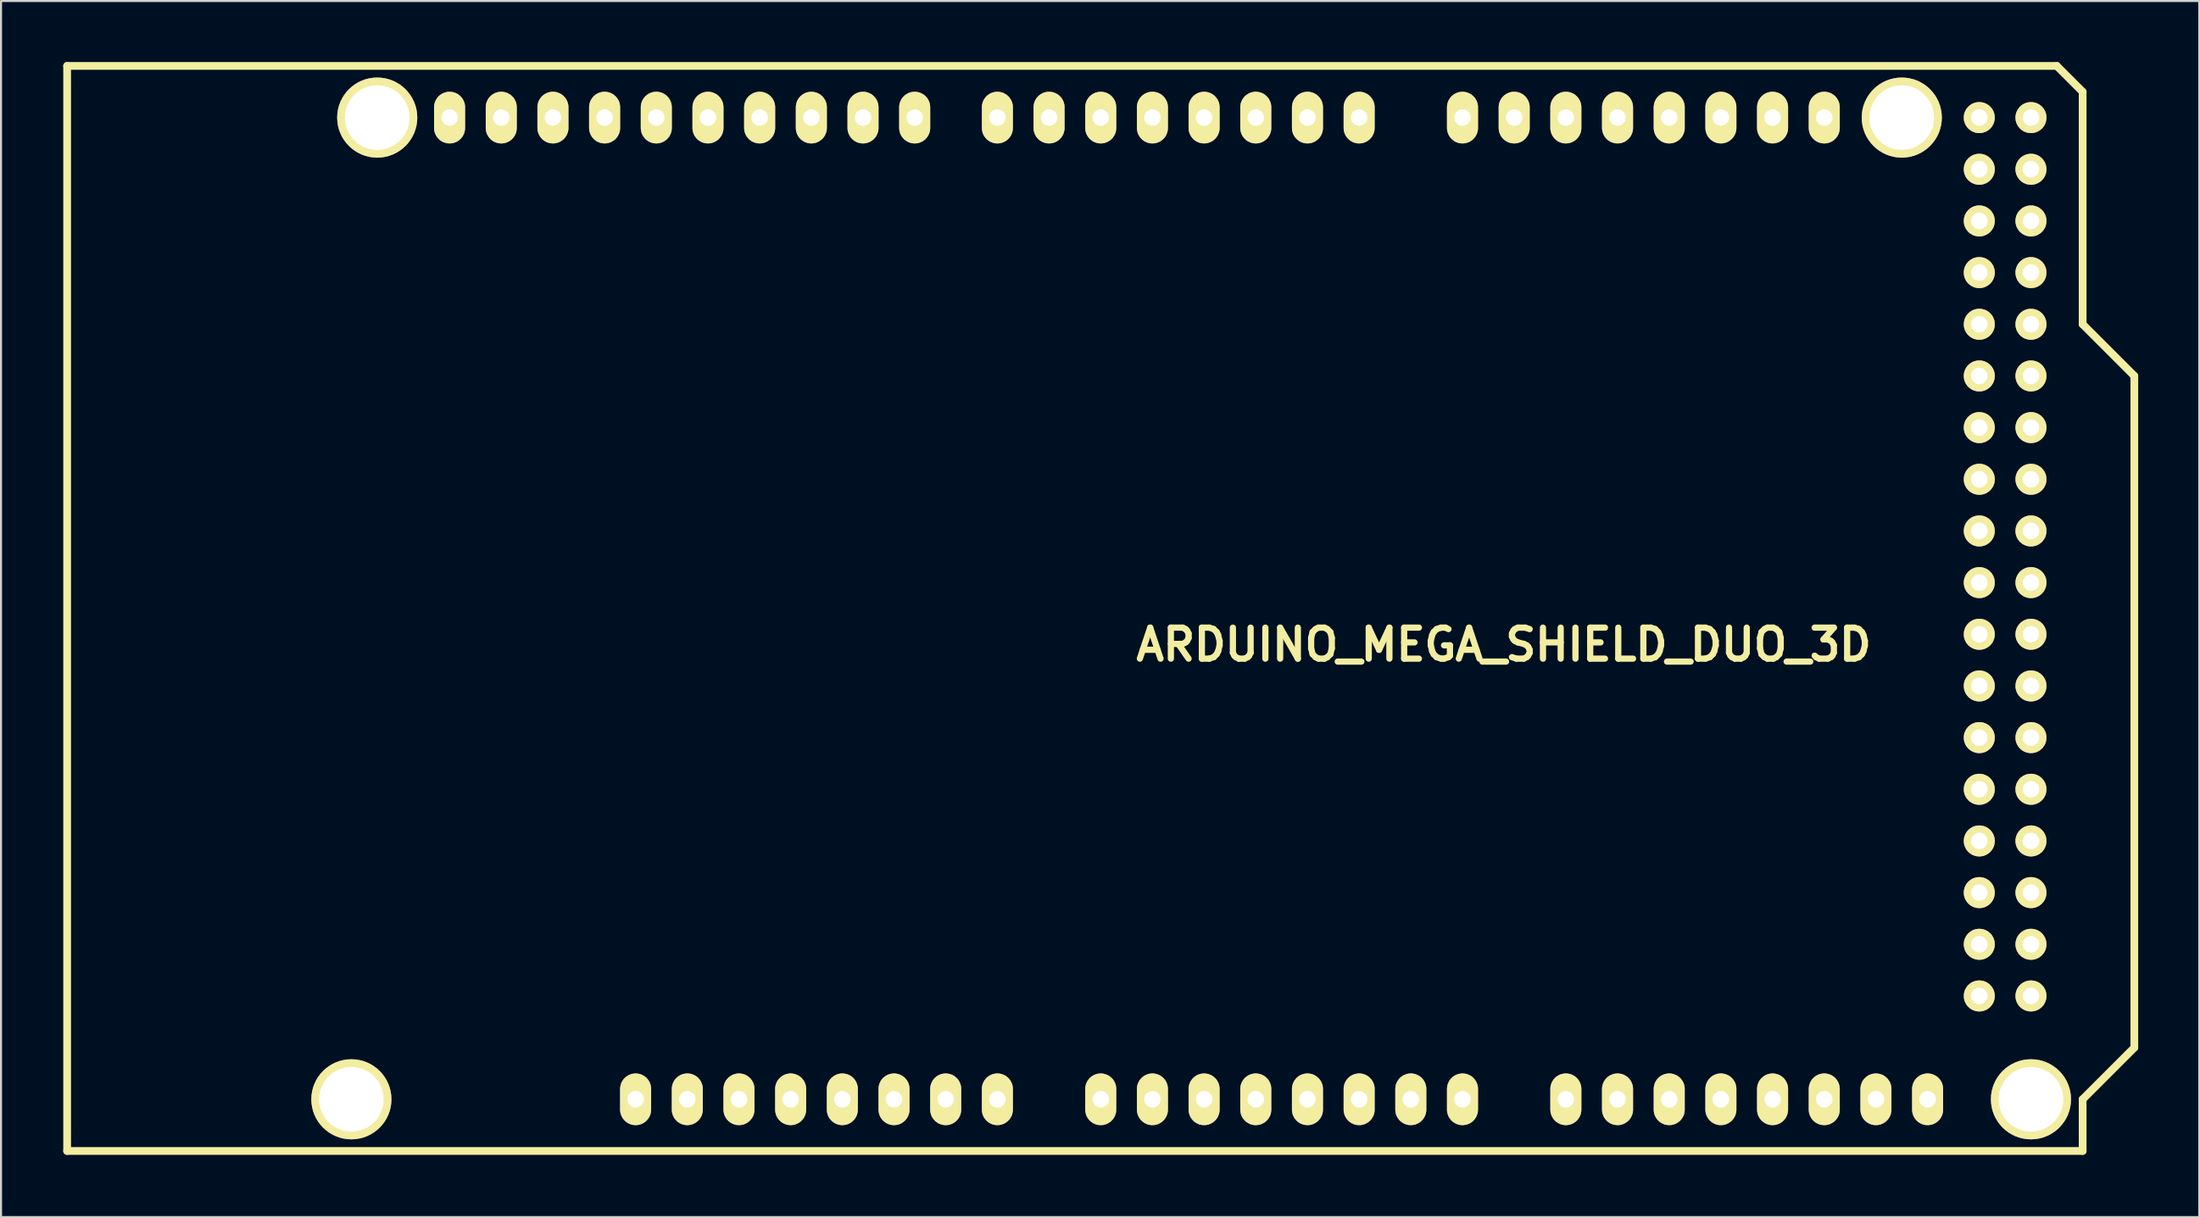
<source format=kicad_pcb>
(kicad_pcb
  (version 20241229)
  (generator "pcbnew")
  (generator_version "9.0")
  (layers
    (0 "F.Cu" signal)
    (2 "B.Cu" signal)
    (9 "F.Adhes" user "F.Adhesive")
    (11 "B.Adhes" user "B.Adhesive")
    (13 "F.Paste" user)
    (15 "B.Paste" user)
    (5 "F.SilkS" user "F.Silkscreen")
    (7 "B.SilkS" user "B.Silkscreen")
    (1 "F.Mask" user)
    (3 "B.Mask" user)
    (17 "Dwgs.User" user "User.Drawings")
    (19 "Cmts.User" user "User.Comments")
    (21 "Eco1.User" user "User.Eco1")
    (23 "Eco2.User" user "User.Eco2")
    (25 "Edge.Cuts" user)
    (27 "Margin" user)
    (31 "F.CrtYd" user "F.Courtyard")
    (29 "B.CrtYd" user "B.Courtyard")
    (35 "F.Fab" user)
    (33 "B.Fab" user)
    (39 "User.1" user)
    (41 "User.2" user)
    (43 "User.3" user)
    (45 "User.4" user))
  (footprint "ARDUINO_MEGA_SHIELD_DUO_3D"
    (layer "F.Cu")
    (at 0.25 53.531)
    (property "Reference" "ARDUINO_MEGA_SHIELD_DUO_3D" (at 70.612 -24.892 0) (layer "F.SilkS") (effects (font (size 1.524 1.524) (thickness 0.305))))
    (attr through_hole)
    (fp_line (start 0 0) (end 0 -53.34) (stroke (width 0.381) (type solid)) (layer "F.SilkS"))
    (fp_line (start 97.79 -53.34) (end 0 -53.34) (stroke (width 0.381) (type solid)) (layer "F.SilkS"))
    (fp_line (start 99.06 -52.07) (end 97.79 -53.34) (stroke (width 0.381) (type solid)) (layer "F.SilkS"))
    (fp_line (start 99.06 -40.64) (end 99.06 -52.07) (stroke (width 0.381) (type solid)) (layer "F.SilkS"))
    (fp_line (start 99.06 -40.64) (end 101.6 -38.1) (stroke (width 0.381) (type solid)) (layer "F.SilkS"))
    (fp_line (start 99.06 -2.54) (end 99.06 0) (stroke (width 0.381) (type solid)) (layer "F.SilkS"))
    (fp_line (start 99.06 0) (end 0 0) (stroke (width 0.381) (type solid)) (layer "F.SilkS"))
    (fp_line (start 101.6 -38.1) (end 101.6 -5.08) (stroke (width 0.381) (type solid)) (layer "F.SilkS"))
    (fp_line (start 101.6 -5.08) (end 99.06 -2.54) (stroke (width 0.381) (type solid)) (layer "F.SilkS"))
    (pad "" thru_hole circle (at 13.97 -2.54 90) (size 3.937 3.937) (drill 3.175) (layers "*.Cu" "*.Mask" "F.SilkS"))
    (pad "" thru_hole circle (at 15.24 -50.8 90) (size 3.937 3.937) (drill 3.175) (layers "*.Cu" "*.Mask" "F.SilkS"))
    (pad "" thru_hole circle (at 90.17 -50.8 90) (size 3.937 3.937) (drill 3.175) (layers "*.Cu" "*.Mask" "F.SilkS"))
    (pad "" thru_hole circle (at 96.52 -2.54 90) (size 3.937 3.937) (drill 3.175) (layers "*.Cu" "*.Mask" "F.SilkS"))
    (pad "0" thru_hole oval (at 63.5 -50.8 90) (size 2.54 1.524) (drill 0.813) (layers "*.Cu" "*.Mask" "F.SilkS"))
    (pad "1" thru_hole oval (at 60.96 -50.8 90) (size 2.54 1.524) (drill 0.813) (layers "*.Cu" "*.Mask" "F.SilkS"))
    (pad "2" thru_hole oval (at 58.42 -50.8 90) (size 2.54 1.524) (drill 0.813) (layers "*.Cu" "*.Mask" "F.SilkS"))
    (pad "3" thru_hole oval (at 55.88 -50.8 90) (size 2.54 1.524) (drill 0.813) (layers "*.Cu" "*.Mask" "F.SilkS"))
    (pad "3V3" thru_hole oval (at 35.56 -2.54 90) (size 2.54 1.524) (drill 0.813) (layers "*.Cu" "*.Mask" "F.SilkS"))
    (pad "4" thru_hole oval (at 53.34 -50.8 90) (size 2.54 1.524) (drill 0.813) (layers "*.Cu" "*.Mask" "F.SilkS"))
    (pad "5" thru_hole oval (at 50.8 -50.8 90) (size 2.54 1.524) (drill 0.813) (layers "*.Cu" "*.Mask" "F.SilkS"))
    (pad "5V" thru_hole oval (at 38.1 -2.54 90) (size 2.54 1.524) (drill 0.813) (layers "*.Cu" "*.Mask" "F.SilkS"))
    (pad "5V_4" thru_hole circle (at 93.98 -50.8) (size 1.524 1.524) (drill 0.813) (layers "*.Cu" "*.Mask" "F.SilkS"))
    (pad "5V_5" thru_hole circle (at 96.52 -50.8) (size 1.524 1.524) (drill 0.813) (layers "*.Cu" "*.Mask" "F.SilkS"))
    (pad "6" thru_hole oval (at 48.26 -50.8 90) (size 2.54 1.524) (drill 0.813) (layers "*.Cu" "*.Mask" "F.SilkS"))
    (pad "7" thru_hole oval (at 45.72 -50.8 90) (size 2.54 1.524) (drill 0.813) (layers "*.Cu" "*.Mask" "F.SilkS"))
    (pad "8" thru_hole oval (at 41.656 -50.8 90) (size 2.54 1.524) (drill 0.813) (layers "*.Cu" "*.Mask" "F.SilkS"))
    (pad "9" thru_hole oval (at 39.116 -50.8 90) (size 2.54 1.524) (drill 0.813) (layers "*.Cu" "*.Mask" "F.SilkS"))
    (pad "10" thru_hole oval (at 36.576 -50.8 90) (size 2.54 1.524) (drill 0.813) (layers "*.Cu" "*.Mask" "F.SilkS"))
    (pad "11" thru_hole oval (at 34.036 -50.8 90) (size 2.54 1.524) (drill 0.813) (layers "*.Cu" "*.Mask" "F.SilkS"))
    (pad "12" thru_hole oval (at 31.496 -50.8 90) (size 2.54 1.524) (drill 0.813) (layers "*.Cu" "*.Mask" "F.SilkS"))
    (pad "13" thru_hole oval (at 28.956 -50.8 90) (size 2.54 1.524) (drill 0.813) (layers "*.Cu" "*.Mask" "F.SilkS"))
    (pad "14" thru_hole oval (at 68.58 -50.8 90) (size 2.54 1.524) (drill 0.813) (layers "*.Cu" "*.Mask" "F.SilkS"))
    (pad "15" thru_hole oval (at 71.12 -50.8 90) (size 2.54 1.524) (drill 0.813) (layers "*.Cu" "*.Mask" "F.SilkS"))
    (pad "16" thru_hole oval (at 73.66 -50.8 90) (size 2.54 1.524) (drill 0.813) (layers "*.Cu" "*.Mask" "F.SilkS"))
    (pad "17" thru_hole oval (at 76.2 -50.8 90) (size 2.54 1.524) (drill 0.813) (layers "*.Cu" "*.Mask" "F.SilkS"))
    (pad "18" thru_hole oval (at 78.74 -50.8 90) (size 2.54 1.524) (drill 0.813) (layers "*.Cu" "*.Mask" "F.SilkS"))
    (pad "19" thru_hole oval (at 81.28 -50.8 90) (size 2.54 1.524) (drill 0.813) (layers "*.Cu" "*.Mask" "F.SilkS"))
    (pad "20" thru_hole oval (at 83.82 -50.8 90) (size 2.54 1.524) (drill 0.813) (layers "*.Cu" "*.Mask" "F.SilkS"))
    (pad "21" thru_hole oval (at 86.36 -50.8 90) (size 2.54 1.524) (drill 0.813) (layers "*.Cu" "*.Mask" "F.SilkS"))
    (pad "22" thru_hole circle (at 93.98 -48.26) (size 1.524 1.524) (drill 0.813) (layers "*.Cu" "*.Mask" "F.SilkS"))
    (pad "23" thru_hole circle (at 96.52 -48.26) (size 1.524 1.524) (drill 0.813) (layers "*.Cu" "*.Mask" "F.SilkS"))
    (pad "24" thru_hole circle (at 93.98 -45.72) (size 1.524 1.524) (drill 0.813) (layers "*.Cu" "*.Mask" "F.SilkS"))
    (pad "25" thru_hole circle (at 96.52 -45.72) (size 1.524 1.524) (drill 0.813) (layers "*.Cu" "*.Mask" "F.SilkS"))
    (pad "26" thru_hole circle (at 93.98 -43.18) (size 1.524 1.524) (drill 0.813) (layers "*.Cu" "*.Mask" "F.SilkS"))
    (pad "27" thru_hole circle (at 96.52 -43.18) (size 1.524 1.524) (drill 0.813) (layers "*.Cu" "*.Mask" "F.SilkS"))
    (pad "28" thru_hole circle (at 93.98 -40.64) (size 1.524 1.524) (drill 0.813) (layers "*.Cu" "*.Mask" "F.SilkS"))
    (pad "29" thru_hole circle (at 96.52 -40.64) (size 1.524 1.524) (drill 0.813) (layers "*.Cu" "*.Mask" "F.SilkS"))
    (pad "30" thru_hole circle (at 93.98 -38.1) (size 1.524 1.524) (drill 0.813) (layers "*.Cu" "*.Mask" "F.SilkS"))
    (pad "31" thru_hole circle (at 96.52 -38.1) (size 1.524 1.524) (drill 0.813) (layers "*.Cu" "*.Mask" "F.SilkS"))
    (pad "32" thru_hole circle (at 93.98 -35.56) (size 1.524 1.524) (drill 0.813) (layers "*.Cu" "*.Mask" "F.SilkS"))
    (pad "33" thru_hole circle (at 96.52 -35.56) (size 1.524 1.524) (drill 0.813) (layers "*.Cu" "*.Mask" "F.SilkS"))
    (pad "34" thru_hole circle (at 93.98 -33.02) (size 1.524 1.524) (drill 0.813) (layers "*.Cu" "*.Mask" "F.SilkS"))
    (pad "35" thru_hole circle (at 96.52 -33.02) (size 1.524 1.524) (drill 0.813) (layers "*.Cu" "*.Mask" "F.SilkS"))
    (pad "36" thru_hole circle (at 93.98 -30.48) (size 1.524 1.524) (drill 0.813) (layers "*.Cu" "*.Mask" "F.SilkS"))
    (pad "37" thru_hole circle (at 96.52 -30.48) (size 1.524 1.524) (drill 0.813) (layers "*.Cu" "*.Mask" "F.SilkS"))
    (pad "38" thru_hole circle (at 93.98 -27.94) (size 1.524 1.524) (drill 0.813) (layers "*.Cu" "*.Mask" "F.SilkS"))
    (pad "39" thru_hole circle (at 96.52 -27.94) (size 1.524 1.524) (drill 0.813) (layers "*.Cu" "*.Mask" "F.SilkS"))
    (pad "40" thru_hole circle (at 93.98 -25.4) (size 1.524 1.524) (drill 0.813) (layers "*.Cu" "*.Mask" "F.SilkS"))
    (pad "41" thru_hole circle (at 96.52 -25.4) (size 1.524 1.524) (drill 0.813) (layers "*.Cu" "*.Mask" "F.SilkS"))
    (pad "42" thru_hole circle (at 93.98 -22.86) (size 1.524 1.524) (drill 0.813) (layers "*.Cu" "*.Mask" "F.SilkS"))
    (pad "43" thru_hole circle (at 96.52 -22.86) (size 1.524 1.524) (drill 0.813) (layers "*.Cu" "*.Mask" "F.SilkS"))
    (pad "44" thru_hole circle (at 93.98 -20.32) (size 1.524 1.524) (drill 0.813) (layers "*.Cu" "*.Mask" "F.SilkS"))
    (pad "45" thru_hole circle (at 96.52 -20.32) (size 1.524 1.524) (drill 0.813) (layers "*.Cu" "*.Mask" "F.SilkS"))
    (pad "46" thru_hole circle (at 93.98 -17.78) (size 1.524 1.524) (drill 0.813) (layers "*.Cu" "*.Mask" "F.SilkS"))
    (pad "47" thru_hole circle (at 96.52 -17.78) (size 1.524 1.524) (drill 0.813) (layers "*.Cu" "*.Mask" "F.SilkS"))
    (pad "48" thru_hole circle (at 93.98 -15.24) (size 1.524 1.524) (drill 0.813) (layers "*.Cu" "*.Mask" "F.SilkS"))
    (pad "49" thru_hole circle (at 96.52 -15.24) (size 1.524 1.524) (drill 0.813) (layers "*.Cu" "*.Mask" "F.SilkS"))
    (pad "50" thru_hole circle (at 93.98 -12.7) (size 1.524 1.524) (drill 0.813) (layers "*.Cu" "*.Mask" "F.SilkS"))
    (pad "51" thru_hole circle (at 96.52 -12.7) (size 1.524 1.524) (drill 0.813) (layers "*.Cu" "*.Mask" "F.SilkS"))
    (pad "52" thru_hole circle (at 93.98 -10.16) (size 1.524 1.524) (drill 0.813) (layers "*.Cu" "*.Mask" "F.SilkS"))
    (pad "53" thru_hole circle (at 96.52 -10.16) (size 1.524 1.524) (drill 0.813) (layers "*.Cu" "*.Mask" "F.SilkS"))
    (pad "AD0" thru_hole oval (at 50.8 -2.54 90) (size 2.54 1.524) (drill 0.813) (layers "*.Cu" "*.Mask" "F.SilkS"))
    (pad "AD1" thru_hole oval (at 53.34 -2.54 90) (size 2.54 1.524) (drill 0.813) (layers "*.Cu" "*.Mask" "F.SilkS"))
    (pad "AD2" thru_hole oval (at 55.88 -2.54 90) (size 2.54 1.524) (drill 0.813) (layers "*.Cu" "*.Mask" "F.SilkS"))
    (pad "AD3" thru_hole oval (at 58.42 -2.54 90) (size 2.54 1.524) (drill 0.813) (layers "*.Cu" "*.Mask" "F.SilkS"))
    (pad "AD4" thru_hole oval (at 60.96 -2.54 90) (size 2.54 1.524) (drill 0.813) (layers "*.Cu" "*.Mask" "F.SilkS"))
    (pad "AD5" thru_hole oval (at 63.5 -2.54 90) (size 2.54 1.524) (drill 0.813) (layers "*.Cu" "*.Mask" "F.SilkS"))
    (pad "AD6" thru_hole oval (at 66.04 -2.54 90) (size 2.54 1.524) (drill 0.813) (layers "*.Cu" "*.Mask" "F.SilkS"))
    (pad "AD7" thru_hole oval (at 68.58 -2.54 90) (size 2.54 1.524) (drill 0.813) (layers "*.Cu" "*.Mask" "F.SilkS"))
    (pad "AD8" thru_hole oval (at 73.66 -2.54 90) (size 2.54 1.524) (drill 0.813) (layers "*.Cu" "*.Mask" "F.SilkS"))
    (pad "AD9" thru_hole oval (at 76.2 -2.54 90) (size 2.54 1.524) (drill 0.813) (layers "*.Cu" "*.Mask" "F.SilkS"))
    (pad "AD10" thru_hole oval (at 78.74 -2.54 90) (size 2.54 1.524) (drill 0.813) (layers "*.Cu" "*.Mask" "F.SilkS"))
    (pad "AD11" thru_hole oval (at 81.28 -2.54 90) (size 2.54 1.524) (drill 0.813) (layers "*.Cu" "*.Mask" "F.SilkS"))
    (pad "AD12" thru_hole oval (at 83.82 -2.54 90) (size 2.54 1.524) (drill 0.813) (layers "*.Cu" "*.Mask" "F.SilkS"))
    (pad "AD13" thru_hole oval (at 86.36 -2.54 90) (size 2.54 1.524) (drill 0.813) (layers "*.Cu" "*.Mask" "F.SilkS"))
    (pad "AD14" thru_hole oval (at 88.9 -2.54 90) (size 2.54 1.524) (drill 0.813) (layers "*.Cu" "*.Mask" "F.SilkS"))
    (pad "AD15" thru_hole oval (at 91.44 -2.54 90) (size 2.54 1.524) (drill 0.813) (layers "*.Cu" "*.Mask" "F.SilkS"))
    (pad "AREF" thru_hole oval (at 23.876 -50.8 90) (size 2.54 1.524) (drill 0.813) (layers "*.Cu" "*.Mask" "F.SilkS"))
    (pad "FREI" thru_hole oval (at 27.94 -2.54 90) (size 2.54 1.524) (drill 0.812) (layers "*.Cu" "*.Mask" "F.SilkS"))
    (pad "GND1" thru_hole oval (at 40.64 -2.54 90) (size 2.54 1.524) (drill 0.813) (layers "*.Cu" "*.Mask" "F.SilkS"))
    (pad "GND2" thru_hole oval (at 43.18 -2.54 90) (size 2.54 1.524) (drill 0.813) (layers "*.Cu" "*.Mask" "F.SilkS"))
    (pad "GND3" thru_hole oval (at 26.416 -50.8 90) (size 2.54 1.524) (drill 0.813) (layers "*.Cu" "*.Mask" "F.SilkS"))
    (pad "GND4" thru_hole circle (at 93.98 -7.62) (size 1.524 1.524) (drill 0.813) (layers "*.Cu" "*.Mask" "F.SilkS"))
    (pad "GND5" thru_hole circle (at 96.52 -7.62) (size 1.524 1.524) (drill 0.813) (layers "*.Cu" "*.Mask" "F.SilkS"))
    (pad "IORE" thru_hole oval (at 30.48 -2.54 90) (size 2.54 1.524) (drill 0.812) (layers "*.Cu" "*.Mask" "F.SilkS"))
    (pad "RST" thru_hole oval (at 33.02 -2.54 90) (size 2.54 1.524) (drill 0.813) (layers "*.Cu" "*.Mask" "F.SilkS"))
    (pad "SCL1" thru_hole oval (at 18.796 -50.8 90) (size 2.54 1.524) (drill 0.812) (layers "*.Cu" "*.Mask" "F.SilkS"))
    (pad "SDA1" thru_hole oval (at 21.336 -50.8 90) (size 2.54 1.524) (drill 0.813) (layers "*.Cu" "*.Mask" "F.SilkS"))
    (pad "V_IN" thru_hole oval (at 45.72 -2.54 90) (size 2.54 1.524) (drill 0.813) (layers "*.Cu" "*.Mask" "F.SilkS")))
  (gr_rect
    (start -3 -3)
    (end 105.04 56.781)
    (stroke (width 0.1) (type default))
    (fill no)
    (layer "Edge.Cuts")))
</source>
